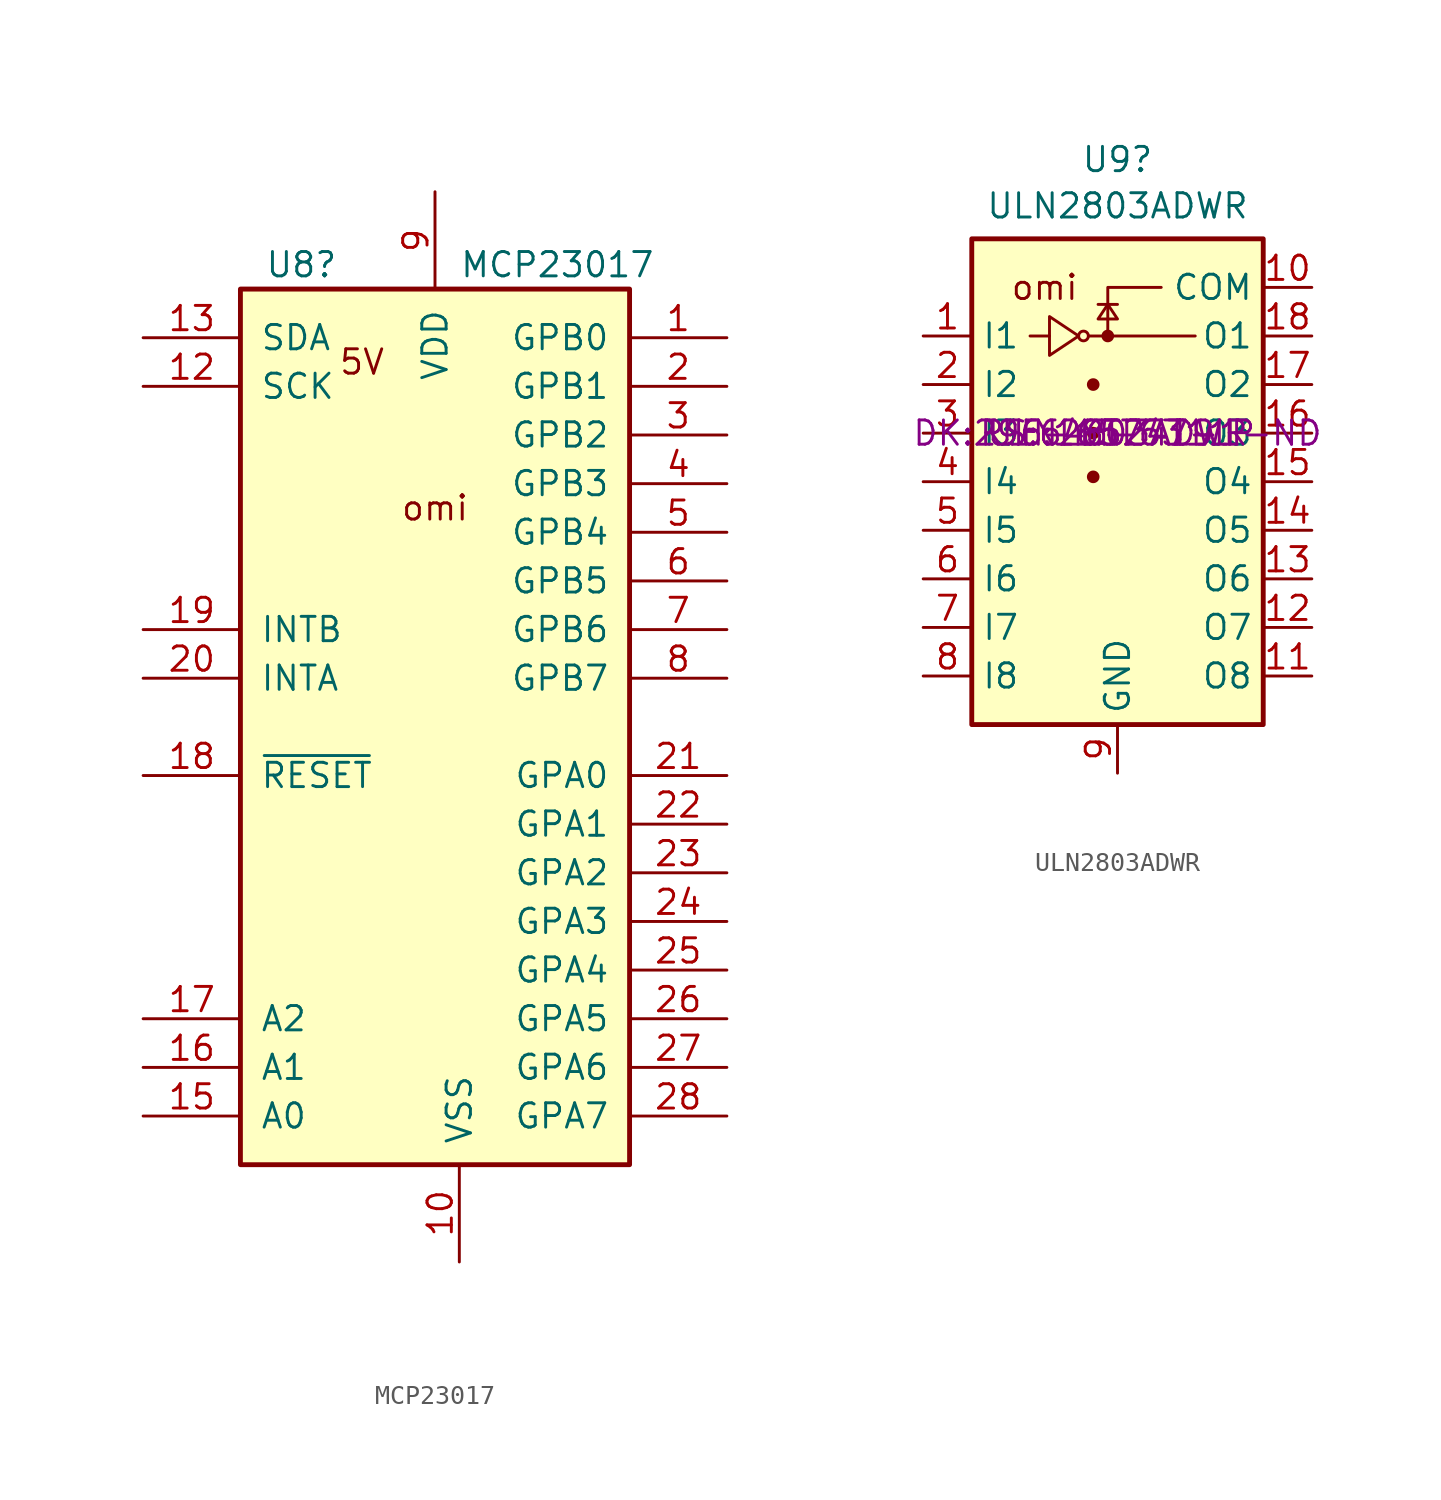
<source format=kicad_sym>
(kicad_symbol_lib
  (version 20220914)
  (generator kicad_symbol_editor)
  (symbol "MCP23017"
    (pin_names
      (offset 1.016))
    (property "Reference" "U8"
      (at -6.35 24.13 0)
      (effects (font (size 1.27 1.27)) (justify left)))
    (property "Value" "MCP23017"
      (at 3.81 24.13 0)
      (effects (font (size 1.27 1.27)) (justify left)))
    (symbol "MCP23017_0_1"
      (rectangle (start -7.62 22.86) (end 12.7 -22.86) (stroke (width 0.254) (type default)) (fill (type background))))
    (symbol "MCP23017_1_1"
      (text "5V" (at -1.27 19.05 0) (effects (font (size 1.27 1.27))))
      (text "omi" (at 2.54 11.43 0) (effects (font (size 1.27 1.27))))
      (pin bidirectional line (at 17.78 20.32 180) (length 5.08) (name "GPB0" (effects (font (size 1.27 1.27)))) (number "1" (effects (font (size 1.27 1.27)))))
      (pin power_in line (at 3.81 -27.94 90) (length 5.08) (name "VSS" (effects (font (size 1.27 1.27)))) (number "10" (effects (font (size 1.27 1.27)))))
      (pin no_connect line (at -12.7 15.24 0) (length 5.08) hide (name "NC" (effects (font (size 1.27 1.27)))) (number "11" (effects (font (size 1.27 1.27)))))
      (pin input line (at -12.7 17.78 0) (length 5.08) (name "SCK" (effects (font (size 1.27 1.27)))) (number "12" (effects (font (size 1.27 1.27)))))
      (pin bidirectional line (at -12.7 20.32 0) (length 5.08) (name "SDA" (effects (font (size 1.27 1.27)))) (number "13" (effects (font (size 1.27 1.27)))))
      (pin no_connect line (at -12.7 12.7 0) (length 5.08) hide (name "NC" (effects (font (size 1.27 1.27)))) (number "14" (effects (font (size 1.27 1.27)))))
      (pin input line (at -12.7 -20.32 0) (length 5.08) (name "A0" (effects (font (size 1.27 1.27)))) (number "15" (effects (font (size 1.27 1.27)))))
      (pin input line (at -12.7 -17.78 0) (length 5.08) (name "A1" (effects (font (size 1.27 1.27)))) (number "16" (effects (font (size 1.27 1.27)))))
      (pin input line (at -12.7 -15.24 0) (length 5.08) (name "A2" (effects (font (size 1.27 1.27)))) (number "17" (effects (font (size 1.27 1.27)))))
      (pin input line (at -12.7 -2.54 0) (length 5.08) (name "~{RESET}" (effects (font (size 1.27 1.27)))) (number "18" (effects (font (size 1.27 1.27)))))
      (pin tri_state line (at -12.7 5.08 0) (length 5.08) (name "INTB" (effects (font (size 1.27 1.27)))) (number "19" (effects (font (size 1.27 1.27)))))
      (pin bidirectional line (at 17.78 17.78 180) (length 5.08) (name "GPB1" (effects (font (size 1.27 1.27)))) (number "2" (effects (font (size 1.27 1.27)))))
      (pin tri_state line (at -12.7 2.54 0) (length 5.08) (name "INTA" (effects (font (size 1.27 1.27)))) (number "20" (effects (font (size 1.27 1.27)))))
      (pin bidirectional line (at 17.78 -2.54 180) (length 5.08) (name "GPA0" (effects (font (size 1.27 1.27)))) (number "21" (effects (font (size 1.27 1.27)))))
      (pin bidirectional line (at 17.78 -5.08 180) (length 5.08) (name "GPA1" (effects (font (size 1.27 1.27)))) (number "22" (effects (font (size 1.27 1.27)))))
      (pin bidirectional line (at 17.78 -7.62 180) (length 5.08) (name "GPA2" (effects (font (size 1.27 1.27)))) (number "23" (effects (font (size 1.27 1.27)))))
      (pin bidirectional line (at 17.78 -10.16 180) (length 5.08) (name "GPA3" (effects (font (size 1.27 1.27)))) (number "24" (effects (font (size 1.27 1.27)))))
      (pin bidirectional line (at 17.78 -12.7 180) (length 5.08) (name "GPA4" (effects (font (size 1.27 1.27)))) (number "25" (effects (font (size 1.27 1.27)))))
      (pin bidirectional line (at 17.78 -15.24 180) (length 5.08) (name "GPA5" (effects (font (size 1.27 1.27)))) (number "26" (effects (font (size 1.27 1.27)))))
      (pin bidirectional line (at 17.78 -17.78 180) (length 5.08) (name "GPA6" (effects (font (size 1.27 1.27)))) (number "27" (effects (font (size 1.27 1.27)))))
      (pin bidirectional line (at 17.78 -20.32 180) (length 5.08) (name "GPA7" (effects (font (size 1.27 1.27)))) (number "28" (effects (font (size 1.27 1.27)))))
      (pin bidirectional line (at 17.78 15.24 180) (length 5.08) (name "GPB2" (effects (font (size 1.27 1.27)))) (number "3" (effects (font (size 1.27 1.27)))))
      (pin bidirectional line (at 17.78 12.7 180) (length 5.08) (name "GPB3" (effects (font (size 1.27 1.27)))) (number "4" (effects (font (size 1.27 1.27)))))
      (pin bidirectional line (at 17.78 10.16 180) (length 5.08) (name "GPB4" (effects (font (size 1.27 1.27)))) (number "5" (effects (font (size 1.27 1.27)))))
      (pin bidirectional line (at 17.78 7.62 180) (length 5.08) (name "GPB5" (effects (font (size 1.27 1.27)))) (number "6" (effects (font (size 1.27 1.27)))))
      (pin bidirectional line (at 17.78 5.08 180) (length 5.08) (name "GPB6" (effects (font (size 1.27 1.27)))) (number "7" (effects (font (size 1.27 1.27)))))
      (pin bidirectional line (at 17.78 2.54 180) (length 5.08) (name "GPB7" (effects (font (size 1.27 1.27)))) (number "8" (effects (font (size 1.27 1.27)))))
      (pin power_in line (at 2.54 27.94 270) (length 5.08) (name "VDD" (effects (font (size 1.27 1.27)))) (number "9" (effects (font (size 1.27 1.27)))))))
  (symbol "ULN2803ADWR"
    (property "Reference" "U9"
      (at 0 14.304 0)
      (effects (font (size 1.27 1.27))))
    (property "Value" "ULN2803ADWR"
      (at 0 11.88 0)
      (effects (font (size 1.27 1.27))))
    (property "Omicron" ""
      (at 0 0 0)
      (effects (font (size 1.27 1.27))))
    (property "Fabriquant" "TI"
      (at 0 0 0)
      (effects (font (size 1.27 1.27))))
    (property "fabreference" "ULN2803ADWR"
      (at 0 0 0)
      (effects (font (size 1.27 1.27))))
    (property "Distributeur1" "RS:646-6311P"
      (at 0 0 0)
      (effects (font (size 1.27 1.27))))
    (property "Distributeur2" "F:1652419"
      (at 0 0 0)
      (effects (font (size 1.27 1.27))))
    (property "Distributeur3" "DK:296-15777-1-ND"
      (at 0 0 0)
      (effects (font (size 1.27 1.27))))
    (symbol "ULN2803ADWR_0_1"
      (rectangle (start -7.62 10.16) (end 7.62 -15.24) (stroke (width 0.254) (type default)) (fill (type background)))
      (circle (center -1.778 5.08) (radius 0.254) (stroke (width 0) (type default)) (fill (type none)))
      (circle (center -1.27 -2.286) (radius 0.254) (stroke (width 0) (type default)) (fill (type outline)))
      (circle (center -1.27 0) (radius 0.254) (stroke (width 0) (type default)) (fill (type outline)))
      (circle (center -1.27 2.54) (radius 0.254) (stroke (width 0) (type default)) (fill (type outline)))
      (circle (center -0.508 5.08) (radius 0.254) (stroke (width 0) (type default)) (fill (type outline)))
      (polyline (pts (xy -4.572 5.08) (xy -3.556 5.08)) (stroke (width 0) (type default)) (fill (type none)))
      (polyline (pts (xy -1.524 5.08) (xy 4.064 5.08)) (stroke (width 0) (type default)) (fill (type none)))
      (polyline (pts (xy 0 6.731) (xy -1.016 6.731)) (stroke (width 0) (type default)) (fill (type none)))
      (polyline (pts (xy -0.508 5.08) (xy -0.508 7.62) (xy 2.286 7.62)) (stroke (width 0) (type default)) (fill (type none)))
      (polyline (pts (xy -3.556 6.096) (xy -3.556 4.064) (xy -2.032 5.08) (xy -3.556 6.096)) (stroke (width 0) (type default)) (fill (type none)))
      (polyline (pts (xy 0 5.969) (xy -1.016 5.969) (xy -0.508 6.731) (xy 0 5.969)) (stroke (width 0) (type default)) (fill (type none))))
    (symbol "ULN2803ADWR_1_1"
      (text "omi" (at -3.81 7.62 0) (effects (font (size 1.27 1.27))))
      (pin input line (at -10.16 5.08 0) (length 2.54) (name "I1" (effects (font (size 1.27 1.27)))) (number "1" (effects (font (size 1.27 1.27)))))
      (pin passive line (at 10.16 7.62 180) (length 2.54) (name "COM" (effects (font (size 1.27 1.27)))) (number "10" (effects (font (size 1.27 1.27)))))
      (pin open_collector line (at 10.16 -12.7 180) (length 2.54) (name "O8" (effects (font (size 1.27 1.27)))) (number "11" (effects (font (size 1.27 1.27)))))
      (pin open_collector line (at 10.16 -10.16 180) (length 2.54) (name "O7" (effects (font (size 1.27 1.27)))) (number "12" (effects (font (size 1.27 1.27)))))
      (pin open_collector line (at 10.16 -7.62 180) (length 2.54) (name "O6" (effects (font (size 1.27 1.27)))) (number "13" (effects (font (size 1.27 1.27)))))
      (pin open_collector line (at 10.16 -5.08 180) (length 2.54) (name "O5" (effects (font (size 1.27 1.27)))) (number "14" (effects (font (size 1.27 1.27)))))
      (pin open_collector line (at 10.16 -2.54 180) (length 2.54) (name "O4" (effects (font (size 1.27 1.27)))) (number "15" (effects (font (size 1.27 1.27)))))
      (pin open_collector line (at 10.16 0 180) (length 2.54) (name "O3" (effects (font (size 1.27 1.27)))) (number "16" (effects (font (size 1.27 1.27)))))
      (pin open_collector line (at 10.16 2.54 180) (length 2.54) (name "O2" (effects (font (size 1.27 1.27)))) (number "17" (effects (font (size 1.27 1.27)))))
      (pin open_collector line (at 10.16 5.08 180) (length 2.54) (name "O1" (effects (font (size 1.27 1.27)))) (number "18" (effects (font (size 1.27 1.27)))))
      (pin input line (at -10.16 2.54 0) (length 2.54) (name "I2" (effects (font (size 1.27 1.27)))) (number "2" (effects (font (size 1.27 1.27)))))
      (pin input line (at -10.16 0 0) (length 2.54) (name "I3" (effects (font (size 1.27 1.27)))) (number "3" (effects (font (size 1.27 1.27)))))
      (pin input line (at -10.16 -2.54 0) (length 2.54) (name "I4" (effects (font (size 1.27 1.27)))) (number "4" (effects (font (size 1.27 1.27)))))
      (pin input line (at -10.16 -5.08 0) (length 2.54) (name "I5" (effects (font (size 1.27 1.27)))) (number "5" (effects (font (size 1.27 1.27)))))
      (pin input line (at -10.16 -7.62 0) (length 2.54) (name "I6" (effects (font (size 1.27 1.27)))) (number "6" (effects (font (size 1.27 1.27)))))
      (pin input line (at -10.16 -10.16 0) (length 2.54) (name "I7" (effects (font (size 1.27 1.27)))) (number "7" (effects (font (size 1.27 1.27)))))
      (pin input line (at -10.16 -12.7 0) (length 2.54) (name "I8" (effects (font (size 1.27 1.27)))) (number "8" (effects (font (size 1.27 1.27)))))
      (pin power_in line (at 0 -17.78 90) (length 2.54) (name "GND" (effects (font (size 1.27 1.27)))) (number "9" (effects (font (size 1.27 1.27))))))))
</source>
